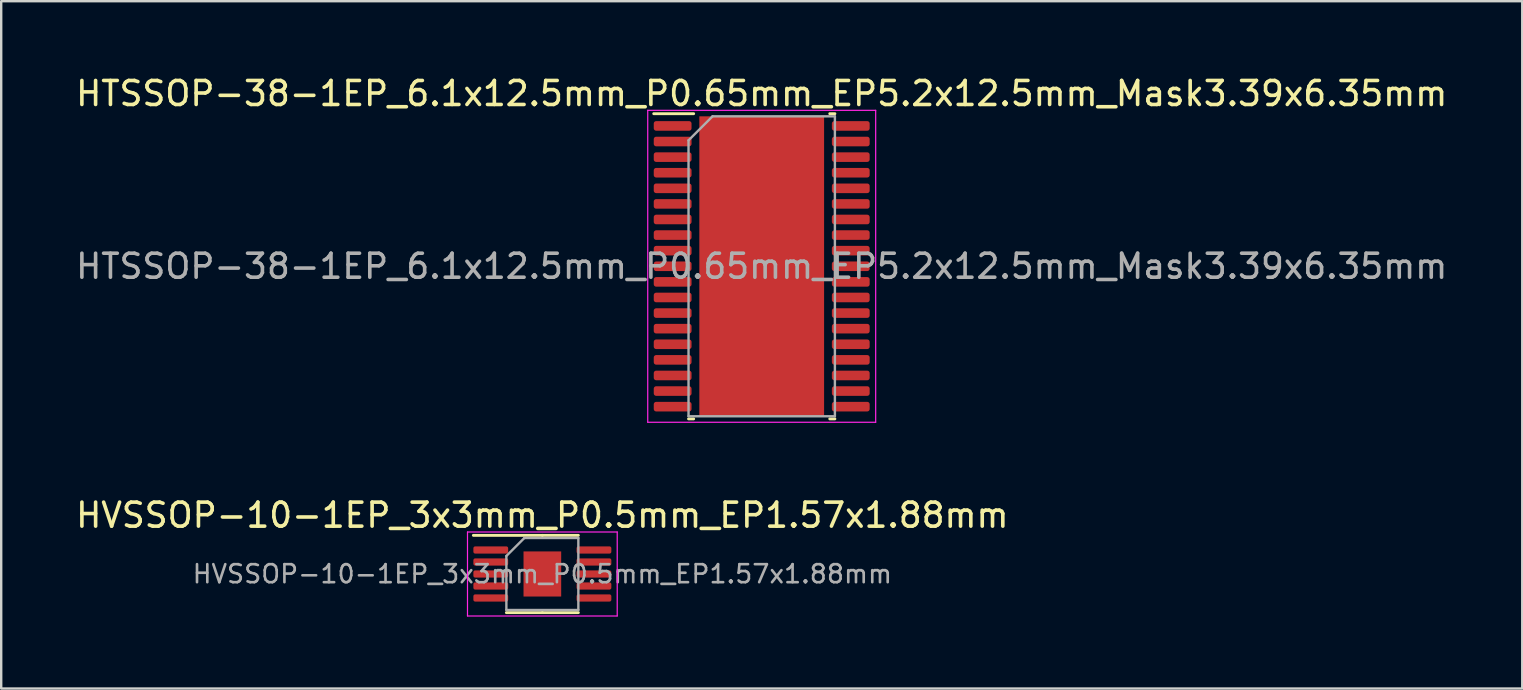
<source format=kicad_pcb>
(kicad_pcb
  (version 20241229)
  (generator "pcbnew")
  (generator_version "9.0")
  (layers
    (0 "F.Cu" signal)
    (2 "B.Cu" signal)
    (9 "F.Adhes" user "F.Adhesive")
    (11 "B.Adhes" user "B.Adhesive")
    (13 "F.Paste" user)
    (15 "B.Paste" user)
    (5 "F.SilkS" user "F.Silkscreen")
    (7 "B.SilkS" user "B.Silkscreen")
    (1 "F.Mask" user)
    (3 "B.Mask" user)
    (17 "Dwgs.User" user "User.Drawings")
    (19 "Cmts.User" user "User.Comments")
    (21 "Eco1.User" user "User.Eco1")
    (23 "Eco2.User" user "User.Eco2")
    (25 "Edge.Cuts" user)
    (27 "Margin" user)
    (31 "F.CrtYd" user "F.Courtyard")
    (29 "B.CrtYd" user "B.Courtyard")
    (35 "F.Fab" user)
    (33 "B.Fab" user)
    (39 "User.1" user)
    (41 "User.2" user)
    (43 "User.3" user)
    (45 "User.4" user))
  (footprint "HTSSOP-38-1EP_6.1x12.5mm_P0.65mm_EP5.2x12.5mm_Mask3.39x6.35mm"
    (layer "F.Cu")
    (at 28.696 8.048)
    (property "Reference" "HTSSOP-38-1EP_6.1x12.5mm_P0.65mm_EP5.2x12.5mm_Mask3.39x6.35mm" (at 0 -7.2 0) (layer "F.SilkS") (effects (font (size 1 1) (thickness 0.15))))
    (attr smd)
    (fp_line (start -2.836 -6.36) (end -4.5 -6.36) (stroke (width 0.12) (type solid)) (layer "F.SilkS"))
    (fp_line (start -2.836 6.36) (end -3.05 6.36) (stroke (width 0.12) (type solid)) (layer "F.SilkS"))
    (fp_line (start 2.836 -6.36) (end 3.05 -6.36) (stroke (width 0.12) (type solid)) (layer "F.SilkS"))
    (fp_line (start 2.836 6.36) (end 3.05 6.36) (stroke (width 0.12) (type solid)) (layer "F.SilkS"))
    (fp_line (start -4.75 -6.5) (end -4.75 6.5) (stroke (width 0.05) (type solid)) (layer "F.CrtYd"))
    (fp_line (start -4.75 6.5) (end 4.75 6.5) (stroke (width 0.05) (type solid)) (layer "F.CrtYd"))
    (fp_line (start 4.75 -6.5) (end -4.75 -6.5) (stroke (width 0.05) (type solid)) (layer "F.CrtYd"))
    (fp_line (start 4.75 6.5) (end 4.75 -6.5) (stroke (width 0.05) (type solid)) (layer "F.CrtYd"))
    (fp_line (start -3.05 -5.25) (end -2.05 -6.25) (stroke (width 0.1) (type solid)) (layer "F.Fab"))
    (fp_line (start -3.05 6.25) (end -3.05 -5.25) (stroke (width 0.1) (type solid)) (layer "F.Fab"))
    (fp_line (start -2.05 -6.25) (end 3.05 -6.25) (stroke (width 0.1) (type solid)) (layer "F.Fab"))
    (fp_line (start 3.05 -6.25) (end 3.05 6.25) (stroke (width 0.1) (type solid)) (layer "F.Fab"))
    (fp_line (start 3.05 6.25) (end -3.05 6.25) (stroke (width 0.1) (type solid)) (layer "F.Fab"))
    (fp_text user "${REFERENCE}" (at 0 0 0) (layer "F.Fab") (effects (font (size 1 1) (thickness 0.15))))
    (pad "" smd roundrect (at -0.85 -2.12) (size 1.37 1.71) (layers "F.Paste") (roundrect_rratio 0.182))
    (pad "" smd roundrect (at -0.85 0) (size 1.37 1.71) (layers "F.Paste") (roundrect_rratio 0.182))
    (pad "" smd roundrect (at -0.85 2.12) (size 1.37 1.71) (layers "F.Paste") (roundrect_rratio 0.182))
    (pad "" smd rect (at 0 0) (size 3.39 6.35) (layers "F.Mask"))
    (pad "" smd roundrect (at 0.85 -2.12) (size 1.37 1.71) (layers "F.Paste") (roundrect_rratio 0.182))
    (pad "" smd roundrect (at 0.85 0) (size 1.37 1.71) (layers "F.Paste") (roundrect_rratio 0.182))
    (pad "" smd roundrect (at 0.85 2.12) (size 1.37 1.71) (layers "F.Paste") (roundrect_rratio 0.182))
    (pad "1" smd roundrect (at -3.712 -5.85) (size 1.575 0.4) (layers "F.Cu" "F.Mask" "F.Paste") (roundrect_rratio 0.25))
    (pad "2" smd roundrect (at -3.712 -5.2) (size 1.575 0.4) (layers "F.Cu" "F.Mask" "F.Paste") (roundrect_rratio 0.25))
    (pad "3" smd roundrect (at -3.712 -4.55) (size 1.575 0.4) (layers "F.Cu" "F.Mask" "F.Paste") (roundrect_rratio 0.25))
    (pad "4" smd roundrect (at -3.712 -3.9) (size 1.575 0.4) (layers "F.Cu" "F.Mask" "F.Paste") (roundrect_rratio 0.25))
    (pad "5" smd roundrect (at -3.712 -3.25) (size 1.575 0.4) (layers "F.Cu" "F.Mask" "F.Paste") (roundrect_rratio 0.25))
    (pad "6" smd roundrect (at -3.712 -2.6) (size 1.575 0.4) (layers "F.Cu" "F.Mask" "F.Paste") (roundrect_rratio 0.25))
    (pad "7" smd roundrect (at -3.712 -1.95) (size 1.575 0.4) (layers "F.Cu" "F.Mask" "F.Paste") (roundrect_rratio 0.25))
    (pad "8" smd roundrect (at -3.712 -1.3) (size 1.575 0.4) (layers "F.Cu" "F.Mask" "F.Paste") (roundrect_rratio 0.25))
    (pad "9" smd roundrect (at -3.712 -0.65) (size 1.575 0.4) (layers "F.Cu" "F.Mask" "F.Paste") (roundrect_rratio 0.25))
    (pad "10" smd roundrect (at -3.712 0) (size 1.575 0.4) (layers "F.Cu" "F.Mask" "F.Paste") (roundrect_rratio 0.25))
    (pad "11" smd roundrect (at -3.712 0.65) (size 1.575 0.4) (layers "F.Cu" "F.Mask" "F.Paste") (roundrect_rratio 0.25))
    (pad "12" smd roundrect (at -3.712 1.3) (size 1.575 0.4) (layers "F.Cu" "F.Mask" "F.Paste") (roundrect_rratio 0.25))
    (pad "13" smd roundrect (at -3.712 1.95) (size 1.575 0.4) (layers "F.Cu" "F.Mask" "F.Paste") (roundrect_rratio 0.25))
    (pad "14" smd roundrect (at -3.712 2.6) (size 1.575 0.4) (layers "F.Cu" "F.Mask" "F.Paste") (roundrect_rratio 0.25))
    (pad "15" smd roundrect (at -3.712 3.25) (size 1.575 0.4) (layers "F.Cu" "F.Mask" "F.Paste") (roundrect_rratio 0.25))
    (pad "16" smd roundrect (at -3.712 3.9) (size 1.575 0.4) (layers "F.Cu" "F.Mask" "F.Paste") (roundrect_rratio 0.25))
    (pad "17" smd roundrect (at -3.712 4.55) (size 1.575 0.4) (layers "F.Cu" "F.Mask" "F.Paste") (roundrect_rratio 0.25))
    (pad "18" smd roundrect (at -3.712 5.2) (size 1.575 0.4) (layers "F.Cu" "F.Mask" "F.Paste") (roundrect_rratio 0.25))
    (pad "19" smd roundrect (at -3.712 5.85) (size 1.575 0.4) (layers "F.Cu" "F.Mask" "F.Paste") (roundrect_rratio 0.25))
    (pad "20" smd roundrect (at 3.712 5.85) (size 1.575 0.4) (layers "F.Cu" "F.Mask" "F.Paste") (roundrect_rratio 0.25))
    (pad "21" smd roundrect (at 3.712 5.2) (size 1.575 0.4) (layers "F.Cu" "F.Mask" "F.Paste") (roundrect_rratio 0.25))
    (pad "22" smd roundrect (at 3.712 4.55) (size 1.575 0.4) (layers "F.Cu" "F.Mask" "F.Paste") (roundrect_rratio 0.25))
    (pad "23" smd roundrect (at 3.712 3.9) (size 1.575 0.4) (layers "F.Cu" "F.Mask" "F.Paste") (roundrect_rratio 0.25))
    (pad "24" smd roundrect (at 3.712 3.25) (size 1.575 0.4) (layers "F.Cu" "F.Mask" "F.Paste") (roundrect_rratio 0.25))
    (pad "25" smd roundrect (at 3.712 2.6) (size 1.575 0.4) (layers "F.Cu" "F.Mask" "F.Paste") (roundrect_rratio 0.25))
    (pad "26" smd roundrect (at 3.712 1.95) (size 1.575 0.4) (layers "F.Cu" "F.Mask" "F.Paste") (roundrect_rratio 0.25))
    (pad "27" smd roundrect (at 3.712 1.3) (size 1.575 0.4) (layers "F.Cu" "F.Mask" "F.Paste") (roundrect_rratio 0.25))
    (pad "28" smd roundrect (at 3.712 0.65) (size 1.575 0.4) (layers "F.Cu" "F.Mask" "F.Paste") (roundrect_rratio 0.25))
    (pad "29" smd roundrect (at 3.712 0) (size 1.575 0.4) (layers "F.Cu" "F.Mask" "F.Paste") (roundrect_rratio 0.25))
    (pad "30" smd roundrect (at 3.712 -0.65) (size 1.575 0.4) (layers "F.Cu" "F.Mask" "F.Paste") (roundrect_rratio 0.25))
    (pad "31" smd roundrect (at 3.712 -1.3) (size 1.575 0.4) (layers "F.Cu" "F.Mask" "F.Paste") (roundrect_rratio 0.25))
    (pad "32" smd roundrect (at 3.712 -1.95) (size 1.575 0.4) (layers "F.Cu" "F.Mask" "F.Paste") (roundrect_rratio 0.25))
    (pad "33" smd roundrect (at 3.712 -2.6) (size 1.575 0.4) (layers "F.Cu" "F.Mask" "F.Paste") (roundrect_rratio 0.25))
    (pad "34" smd roundrect (at 3.712 -3.25) (size 1.575 0.4) (layers "F.Cu" "F.Mask" "F.Paste") (roundrect_rratio 0.25))
    (pad "35" smd roundrect (at 3.712 -3.9) (size 1.575 0.4) (layers "F.Cu" "F.Mask" "F.Paste") (roundrect_rratio 0.25))
    (pad "36" smd roundrect (at 3.712 -4.55) (size 1.575 0.4) (layers "F.Cu" "F.Mask" "F.Paste") (roundrect_rratio 0.25))
    (pad "37" smd roundrect (at 3.712 -5.2) (size 1.575 0.4) (layers "F.Cu" "F.Mask" "F.Paste") (roundrect_rratio 0.25))
    (pad "38" smd roundrect (at 3.712 -5.85) (size 1.575 0.4) (layers "F.Cu" "F.Mask" "F.Paste") (roundrect_rratio 0.25))
    (pad "39" smd rect (at 0 0) (size 5.2 12.5) (layers "F.Cu")))
  (footprint "HVSSOP-10-1EP_3x3mm_P0.5mm_EP1.57x1.88mm"
    (layer "F.Cu")
    (at 19.554 20.872)
    (property "Reference" "HVSSOP-10-1EP_3x3mm_P0.5mm_EP1.57x1.88mm" (at 0 -2.45 0) (layer "F.SilkS") (effects (font (size 1 1) (thickness 0.15))))
    (attr smd)
    (fp_line (start 0 -1.61) (end -2.875 -1.61) (stroke (width 0.12) (type solid)) (layer "F.SilkS"))
    (fp_line (start 0 -1.61) (end 1.5 -1.61) (stroke (width 0.12) (type solid)) (layer "F.SilkS"))
    (fp_line (start 0 1.61) (end -1.5 1.61) (stroke (width 0.12) (type solid)) (layer "F.SilkS"))
    (fp_line (start 0 1.61) (end 1.5 1.61) (stroke (width 0.12) (type solid)) (layer "F.SilkS"))
    (fp_line (start -3.12 -1.75) (end -3.12 1.75) (stroke (width 0.05) (type solid)) (layer "F.CrtYd"))
    (fp_line (start -3.12 1.75) (end 3.12 1.75) (stroke (width 0.05) (type solid)) (layer "F.CrtYd"))
    (fp_line (start 3.12 -1.75) (end -3.12 -1.75) (stroke (width 0.05) (type solid)) (layer "F.CrtYd"))
    (fp_line (start 3.12 1.75) (end 3.12 -1.75) (stroke (width 0.05) (type solid)) (layer "F.CrtYd"))
    (fp_line (start -1.5 -0.75) (end -0.75 -1.5) (stroke (width 0.1) (type solid)) (layer "F.Fab"))
    (fp_line (start -1.5 1.5) (end -1.5 -0.75) (stroke (width 0.1) (type solid)) (layer "F.Fab"))
    (fp_line (start -0.75 -1.5) (end 1.5 -1.5) (stroke (width 0.1) (type solid)) (layer "F.Fab"))
    (fp_line (start 1.5 -1.5) (end 1.5 1.5) (stroke (width 0.1) (type solid)) (layer "F.Fab"))
    (fp_line (start 1.5 1.5) (end -1.5 1.5) (stroke (width 0.1) (type solid)) (layer "F.Fab"))
    (fp_text user "${REFERENCE}" (at 0 0 0) (layer "F.Fab") (effects (font (size 0.75 0.75) (thickness 0.11))))
    (pad "" smd roundrect (at -0.39 -0.47) (size 0.63 0.76) (layers "F.Paste") (roundrect_rratio 0.25))
    (pad "" smd roundrect (at -0.39 0.47) (size 0.63 0.76) (layers "F.Paste") (roundrect_rratio 0.25))
    (pad "" smd roundrect (at 0.39 -0.47) (size 0.63 0.76) (layers "F.Paste") (roundrect_rratio 0.25))
    (pad "" smd roundrect (at 0.39 0.47) (size 0.63 0.76) (layers "F.Paste") (roundrect_rratio 0.25))
    (pad "1" smd roundrect (at -2.15 -1) (size 1.45 0.3) (layers "F.Cu" "F.Mask" "F.Paste") (roundrect_rratio 0.25))
    (pad "2" smd roundrect (at -2.15 -0.5) (size 1.45 0.3) (layers "F.Cu" "F.Mask" "F.Paste") (roundrect_rratio 0.25))
    (pad "3" smd roundrect (at -2.15 0) (size 1.45 0.3) (layers "F.Cu" "F.Mask" "F.Paste") (roundrect_rratio 0.25))
    (pad "4" smd roundrect (at -2.15 0.5) (size 1.45 0.3) (layers "F.Cu" "F.Mask" "F.Paste") (roundrect_rratio 0.25))
    (pad "5" smd roundrect (at -2.15 1) (size 1.45 0.3) (layers "F.Cu" "F.Mask" "F.Paste") (roundrect_rratio 0.25))
    (pad "6" smd roundrect (at 2.15 1) (size 1.45 0.3) (layers "F.Cu" "F.Mask" "F.Paste") (roundrect_rratio 0.25))
    (pad "7" smd roundrect (at 2.15 0.5) (size 1.45 0.3) (layers "F.Cu" "F.Mask" "F.Paste") (roundrect_rratio 0.25))
    (pad "8" smd roundrect (at 2.15 0) (size 1.45 0.3) (layers "F.Cu" "F.Mask" "F.Paste") (roundrect_rratio 0.25))
    (pad "9" smd roundrect (at 2.15 -0.5) (size 1.45 0.3) (layers "F.Cu" "F.Mask" "F.Paste") (roundrect_rratio 0.25))
    (pad "10" smd roundrect (at 2.15 -1) (size 1.45 0.3) (layers "F.Cu" "F.Mask" "F.Paste") (roundrect_rratio 0.25))
    (pad "11" smd rect (at 0 0) (size 1.57 1.88) (layers "F.Cu" "F.Mask")))
  (gr_rect
    (start -3 -3)
    (end 60.393 25.646)
    (stroke (width 0.1) (type default))
    (fill no)
    (layer "Edge.Cuts")))
</source>
